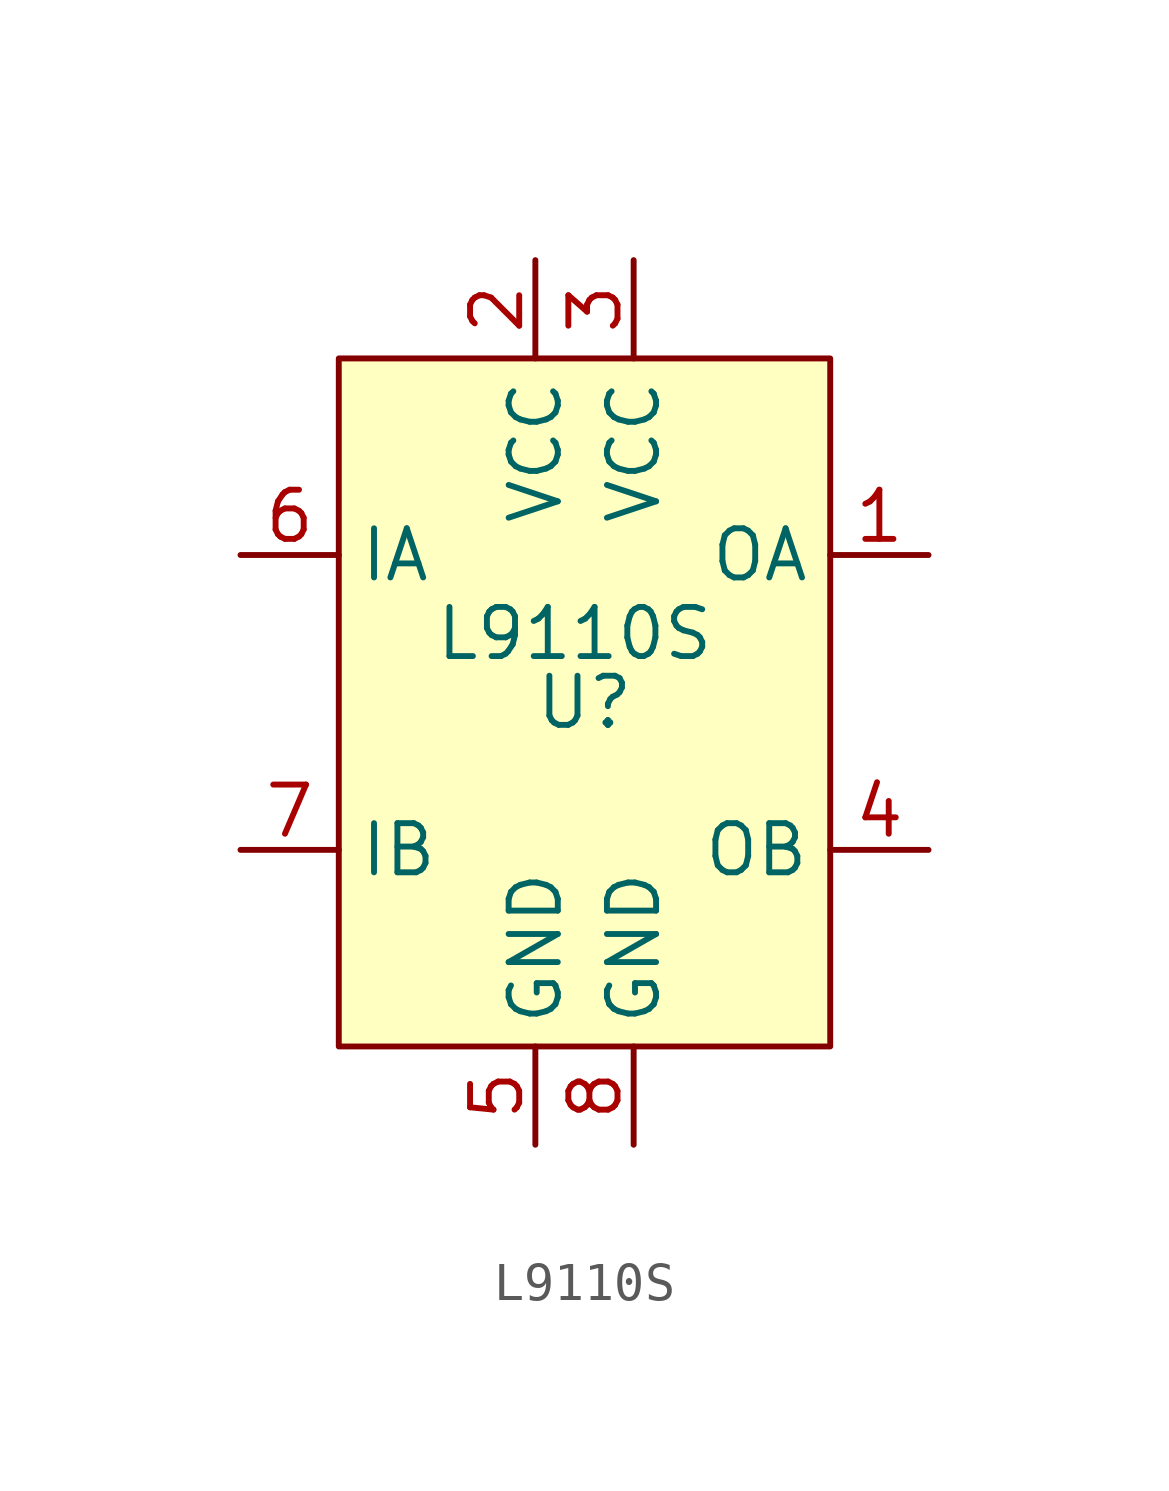
<source format=kicad_sym>
(kicad_symbol_lib
  (version 20241209)
  (generator "kicad_symbol_editor")
  (generator_version "9.0")
  (symbol "L9110S"
    (property "Reference" "U"
      (at 0 0 0)
      (effects (font (size 1.27 1.27))))
    (property "Value" "L9110S"
      (at -0.254 1.778 0)
      (effects (font (size 1.27 1.27))))
    (symbol "L9110S_1_1"
      (rectangle (start -6.35 8.89) (end 6.35 -8.89) (stroke (width 0) (type solid)) (fill (type background)))
      (pin input line (at -8.89 3.81 0) (length 2.54) (name "IA" (effects (font (size 1.27 1.27)))) (number "6" (effects (font (size 1.27 1.27)))))
      (pin input line (at -8.89 -3.81 0) (length 2.54) (name "IB" (effects (font (size 1.27 1.27)))) (number "7" (effects (font (size 1.27 1.27)))))
      (pin power_in line (at -1.27 11.43 270) (length 2.54) (name "VCC" (effects (font (size 1.27 1.27)))) (number "2" (effects (font (size 1.27 1.27)))))
      (pin power_in line (at -1.27 -11.43 90) (length 2.54) (name "GND" (effects (font (size 1.27 1.27)))) (number "5" (effects (font (size 1.27 1.27)))))
      (pin power_in line (at 1.27 11.43 270) (length 2.54) (name "VCC" (effects (font (size 1.27 1.27)))) (number "3" (effects (font (size 1.27 1.27)))))
      (pin power_in line (at 1.27 -11.43 90) (length 2.54) (name "GND" (effects (font (size 1.27 1.27)))) (number "8" (effects (font (size 1.27 1.27)))))
      (pin output line (at 8.89 3.81 180) (length 2.54) (name "OA" (effects (font (size 1.27 1.27)))) (number "1" (effects (font (size 1.27 1.27)))))
      (pin output line (at 8.89 -3.81 180) (length 2.54) (name "OB" (effects (font (size 1.27 1.27)))) (number "4" (effects (font (size 1.27 1.27))))))))
</source>
